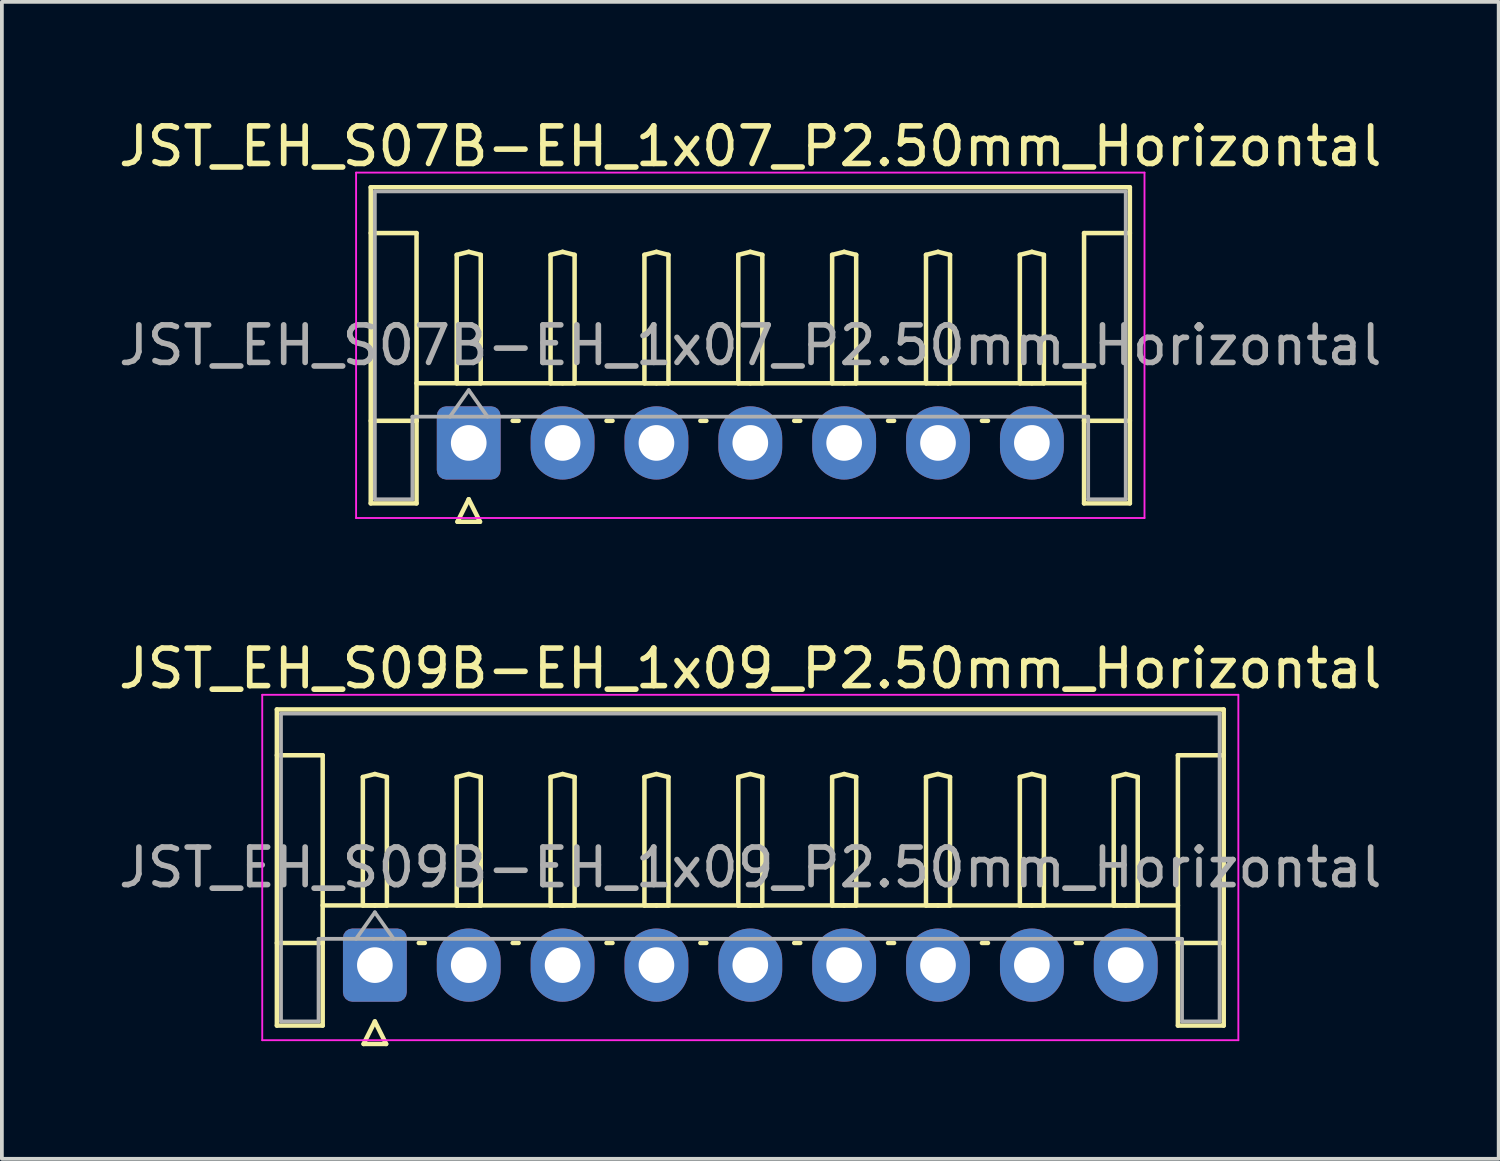
<source format=kicad_pcb>
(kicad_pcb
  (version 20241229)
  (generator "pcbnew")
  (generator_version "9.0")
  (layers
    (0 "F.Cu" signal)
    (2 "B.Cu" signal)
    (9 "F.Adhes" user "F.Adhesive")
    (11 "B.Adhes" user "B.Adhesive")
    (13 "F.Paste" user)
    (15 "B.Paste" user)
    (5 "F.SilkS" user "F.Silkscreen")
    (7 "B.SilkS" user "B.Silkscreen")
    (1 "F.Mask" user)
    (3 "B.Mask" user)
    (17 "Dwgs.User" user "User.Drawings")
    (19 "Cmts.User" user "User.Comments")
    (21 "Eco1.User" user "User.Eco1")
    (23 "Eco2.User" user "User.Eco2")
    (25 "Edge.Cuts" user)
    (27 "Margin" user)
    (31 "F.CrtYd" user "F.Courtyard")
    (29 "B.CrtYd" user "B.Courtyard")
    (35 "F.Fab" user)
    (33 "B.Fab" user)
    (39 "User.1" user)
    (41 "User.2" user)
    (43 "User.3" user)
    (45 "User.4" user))
  (footprint "JST_EH_S09B-EH_1x09_P2.50mm_Horizontal"
    (layer "F.Cu")
    (at 6.935 22.657)
    (property "Reference" "JST_EH_S09B-EH_1x09_P2.50mm_Horizontal" (at 10 -7.9 0) (layer "F.SilkS") (effects (font (size 1 1) (thickness 0.15))))
    (attr through_hole)
    (fp_line (start -2.61 -6.81) (end 22.61 -6.81) (stroke (width 0.12) (type solid)) (layer "F.SilkS"))
    (fp_line (start -2.61 -5.59) (end -1.39 -5.59) (stroke (width 0.12) (type solid)) (layer "F.SilkS"))
    (fp_line (start -2.61 1.61) (end -2.61 -6.81) (stroke (width 0.12) (type solid)) (layer "F.SilkS"))
    (fp_line (start -1.39 -5.59) (end -1.39 -0.59) (stroke (width 0.12) (type solid)) (layer "F.SilkS"))
    (fp_line (start -1.39 -1.59) (end 21.39 -1.59) (stroke (width 0.12) (type solid)) (layer "F.SilkS"))
    (fp_line (start -1.39 -0.59) (end -2.61 -0.59) (stroke (width 0.12) (type solid)) (layer "F.SilkS"))
    (fp_line (start -1.39 -0.59) (end -1.39 1.61) (stroke (width 0.12) (type solid)) (layer "F.SilkS"))
    (fp_line (start -1.39 1.61) (end -2.61 1.61) (stroke (width 0.12) (type solid)) (layer "F.SilkS"))
    (fp_line (start -0.32 -5.01) (end 0 -5.09) (stroke (width 0.12) (type solid)) (layer "F.SilkS"))
    (fp_line (start -0.32 -1.59) (end -0.32 -5.01) (stroke (width 0.12) (type solid)) (layer "F.SilkS"))
    (fp_line (start -0.3 2.1) (end 0.3 2.1) (stroke (width 0.12) (type solid)) (layer "F.SilkS"))
    (fp_line (start 0 -5.09) (end 0.32 -5.01) (stroke (width 0.12) (type solid)) (layer "F.SilkS"))
    (fp_line (start 0 -1.59) (end -0.32 -1.59) (stroke (width 0.12) (type solid)) (layer "F.SilkS"))
    (fp_line (start 0 1.5) (end -0.3 2.1) (stroke (width 0.12) (type solid)) (layer "F.SilkS"))
    (fp_line (start 0.3 2.1) (end 0 1.5) (stroke (width 0.12) (type solid)) (layer "F.SilkS"))
    (fp_line (start 0.32 -5.01) (end 0.32 -1.59) (stroke (width 0.12) (type solid)) (layer "F.SilkS"))
    (fp_line (start 0.32 -1.59) (end 0 -1.59) (stroke (width 0.12) (type solid)) (layer "F.SilkS"))
    (fp_line (start 1.17 -0.59) (end 1.33 -0.59) (stroke (width 0.12) (type solid)) (layer "F.SilkS"))
    (fp_line (start 2.18 -5.01) (end 2.5 -5.09) (stroke (width 0.12) (type solid)) (layer "F.SilkS"))
    (fp_line (start 2.18 -1.59) (end 2.18 -5.01) (stroke (width 0.12) (type solid)) (layer "F.SilkS"))
    (fp_line (start 2.5 -5.09) (end 2.82 -5.01) (stroke (width 0.12) (type solid)) (layer "F.SilkS"))
    (fp_line (start 2.5 -1.59) (end 2.18 -1.59) (stroke (width 0.12) (type solid)) (layer "F.SilkS"))
    (fp_line (start 2.82 -5.01) (end 2.82 -1.59) (stroke (width 0.12) (type solid)) (layer "F.SilkS"))
    (fp_line (start 2.82 -1.59) (end 2.5 -1.59) (stroke (width 0.12) (type solid)) (layer "F.SilkS"))
    (fp_line (start 3.67 -0.59) (end 3.83 -0.59) (stroke (width 0.12) (type solid)) (layer "F.SilkS"))
    (fp_line (start 4.68 -5.01) (end 5 -5.09) (stroke (width 0.12) (type solid)) (layer "F.SilkS"))
    (fp_line (start 4.68 -1.59) (end 4.68 -5.01) (stroke (width 0.12) (type solid)) (layer "F.SilkS"))
    (fp_line (start 5 -5.09) (end 5.32 -5.01) (stroke (width 0.12) (type solid)) (layer "F.SilkS"))
    (fp_line (start 5 -1.59) (end 4.68 -1.59) (stroke (width 0.12) (type solid)) (layer "F.SilkS"))
    (fp_line (start 5.32 -5.01) (end 5.32 -1.59) (stroke (width 0.12) (type solid)) (layer "F.SilkS"))
    (fp_line (start 5.32 -1.59) (end 5 -1.59) (stroke (width 0.12) (type solid)) (layer "F.SilkS"))
    (fp_line (start 6.17 -0.59) (end 6.33 -0.59) (stroke (width 0.12) (type solid)) (layer "F.SilkS"))
    (fp_line (start 7.18 -5.01) (end 7.5 -5.09) (stroke (width 0.12) (type solid)) (layer "F.SilkS"))
    (fp_line (start 7.18 -1.59) (end 7.18 -5.01) (stroke (width 0.12) (type solid)) (layer "F.SilkS"))
    (fp_line (start 7.5 -5.09) (end 7.82 -5.01) (stroke (width 0.12) (type solid)) (layer "F.SilkS"))
    (fp_line (start 7.5 -1.59) (end 7.18 -1.59) (stroke (width 0.12) (type solid)) (layer "F.SilkS"))
    (fp_line (start 7.82 -5.01) (end 7.82 -1.59) (stroke (width 0.12) (type solid)) (layer "F.SilkS"))
    (fp_line (start 7.82 -1.59) (end 7.5 -1.59) (stroke (width 0.12) (type solid)) (layer "F.SilkS"))
    (fp_line (start 8.67 -0.59) (end 8.83 -0.59) (stroke (width 0.12) (type solid)) (layer "F.SilkS"))
    (fp_line (start 9.68 -5.01) (end 10 -5.09) (stroke (width 0.12) (type solid)) (layer "F.SilkS"))
    (fp_line (start 9.68 -1.59) (end 9.68 -5.01) (stroke (width 0.12) (type solid)) (layer "F.SilkS"))
    (fp_line (start 10 -5.09) (end 10.32 -5.01) (stroke (width 0.12) (type solid)) (layer "F.SilkS"))
    (fp_line (start 10 -1.59) (end 9.68 -1.59) (stroke (width 0.12) (type solid)) (layer "F.SilkS"))
    (fp_line (start 10.32 -5.01) (end 10.32 -1.59) (stroke (width 0.12) (type solid)) (layer "F.SilkS"))
    (fp_line (start 10.32 -1.59) (end 10 -1.59) (stroke (width 0.12) (type solid)) (layer "F.SilkS"))
    (fp_line (start 11.17 -0.59) (end 11.33 -0.59) (stroke (width 0.12) (type solid)) (layer "F.SilkS"))
    (fp_line (start 12.18 -5.01) (end 12.5 -5.09) (stroke (width 0.12) (type solid)) (layer "F.SilkS"))
    (fp_line (start 12.18 -1.59) (end 12.18 -5.01) (stroke (width 0.12) (type solid)) (layer "F.SilkS"))
    (fp_line (start 12.5 -5.09) (end 12.82 -5.01) (stroke (width 0.12) (type solid)) (layer "F.SilkS"))
    (fp_line (start 12.5 -1.59) (end 12.18 -1.59) (stroke (width 0.12) (type solid)) (layer "F.SilkS"))
    (fp_line (start 12.82 -5.01) (end 12.82 -1.59) (stroke (width 0.12) (type solid)) (layer "F.SilkS"))
    (fp_line (start 12.82 -1.59) (end 12.5 -1.59) (stroke (width 0.12) (type solid)) (layer "F.SilkS"))
    (fp_line (start 13.67 -0.59) (end 13.83 -0.59) (stroke (width 0.12) (type solid)) (layer "F.SilkS"))
    (fp_line (start 14.68 -5.01) (end 15 -5.09) (stroke (width 0.12) (type solid)) (layer "F.SilkS"))
    (fp_line (start 14.68 -1.59) (end 14.68 -5.01) (stroke (width 0.12) (type solid)) (layer "F.SilkS"))
    (fp_line (start 15 -5.09) (end 15.32 -5.01) (stroke (width 0.12) (type solid)) (layer "F.SilkS"))
    (fp_line (start 15 -1.59) (end 14.68 -1.59) (stroke (width 0.12) (type solid)) (layer "F.SilkS"))
    (fp_line (start 15.32 -5.01) (end 15.32 -1.59) (stroke (width 0.12) (type solid)) (layer "F.SilkS"))
    (fp_line (start 15.32 -1.59) (end 15 -1.59) (stroke (width 0.12) (type solid)) (layer "F.SilkS"))
    (fp_line (start 16.17 -0.59) (end 16.33 -0.59) (stroke (width 0.12) (type solid)) (layer "F.SilkS"))
    (fp_line (start 17.18 -5.01) (end 17.5 -5.09) (stroke (width 0.12) (type solid)) (layer "F.SilkS"))
    (fp_line (start 17.18 -1.59) (end 17.18 -5.01) (stroke (width 0.12) (type solid)) (layer "F.SilkS"))
    (fp_line (start 17.5 -5.09) (end 17.82 -5.01) (stroke (width 0.12) (type solid)) (layer "F.SilkS"))
    (fp_line (start 17.5 -1.59) (end 17.18 -1.59) (stroke (width 0.12) (type solid)) (layer "F.SilkS"))
    (fp_line (start 17.82 -5.01) (end 17.82 -1.59) (stroke (width 0.12) (type solid)) (layer "F.SilkS"))
    (fp_line (start 17.82 -1.59) (end 17.5 -1.59) (stroke (width 0.12) (type solid)) (layer "F.SilkS"))
    (fp_line (start 18.67 -0.59) (end 18.83 -0.59) (stroke (width 0.12) (type solid)) (layer "F.SilkS"))
    (fp_line (start 19.68 -5.01) (end 20 -5.09) (stroke (width 0.12) (type solid)) (layer "F.SilkS"))
    (fp_line (start 19.68 -1.59) (end 19.68 -5.01) (stroke (width 0.12) (type solid)) (layer "F.SilkS"))
    (fp_line (start 20 -5.09) (end 20.32 -5.01) (stroke (width 0.12) (type solid)) (layer "F.SilkS"))
    (fp_line (start 20 -1.59) (end 19.68 -1.59) (stroke (width 0.12) (type solid)) (layer "F.SilkS"))
    (fp_line (start 20.32 -5.01) (end 20.32 -1.59) (stroke (width 0.12) (type solid)) (layer "F.SilkS"))
    (fp_line (start 20.32 -1.59) (end 20 -1.59) (stroke (width 0.12) (type solid)) (layer "F.SilkS"))
    (fp_line (start 21.39 -5.59) (end 21.39 -0.59) (stroke (width 0.12) (type solid)) (layer "F.SilkS"))
    (fp_line (start 21.39 -0.59) (end 22.61 -0.59) (stroke (width 0.12) (type solid)) (layer "F.SilkS"))
    (fp_line (start 21.39 1.61) (end 21.39 -0.59) (stroke (width 0.12) (type solid)) (layer "F.SilkS"))
    (fp_line (start 22.61 -6.81) (end 22.61 1.61) (stroke (width 0.12) (type solid)) (layer "F.SilkS"))
    (fp_line (start 22.61 -5.59) (end 21.39 -5.59) (stroke (width 0.12) (type solid)) (layer "F.SilkS"))
    (fp_line (start 22.61 1.61) (end 21.39 1.61) (stroke (width 0.12) (type solid)) (layer "F.SilkS"))
    (fp_line (start -3 -7.2) (end -3 2) (stroke (width 0.05) (type solid)) (layer "F.CrtYd"))
    (fp_line (start -3 2) (end 23 2) (stroke (width 0.05) (type solid)) (layer "F.CrtYd"))
    (fp_line (start 23 -7.2) (end -3 -7.2) (stroke (width 0.05) (type solid)) (layer "F.CrtYd"))
    (fp_line (start 23 2) (end 23 -7.2) (stroke (width 0.05) (type solid)) (layer "F.CrtYd"))
    (fp_line (start -2.5 -6.7) (end 22.5 -6.7) (stroke (width 0.1) (type solid)) (layer "F.Fab"))
    (fp_line (start -2.5 1.5) (end -2.5 -6.7) (stroke (width 0.1) (type solid)) (layer "F.Fab"))
    (fp_line (start -1.5 -0.7) (end -1.5 1.5) (stroke (width 0.1) (type solid)) (layer "F.Fab"))
    (fp_line (start -1.5 1.5) (end -2.5 1.5) (stroke (width 0.1) (type solid)) (layer "F.Fab"))
    (fp_line (start -0.5 -0.7) (end 0 -1.407) (stroke (width 0.1) (type solid)) (layer "F.Fab"))
    (fp_line (start 0 -1.407) (end 0.5 -0.7) (stroke (width 0.1) (type solid)) (layer "F.Fab"))
    (fp_line (start 21.5 -0.7) (end -1.5 -0.7) (stroke (width 0.1) (type solid)) (layer "F.Fab"))
    (fp_line (start 21.5 1.5) (end 21.5 -0.7) (stroke (width 0.1) (type solid)) (layer "F.Fab"))
    (fp_line (start 22.5 -6.7) (end 22.5 1.5) (stroke (width 0.1) (type solid)) (layer "F.Fab"))
    (fp_line (start 22.5 1.5) (end 21.5 1.5) (stroke (width 0.1) (type solid)) (layer "F.Fab"))
    (fp_text user "${REFERENCE}" (at 10 -2.6 0) (layer "F.Fab") (effects (font (size 1 1) (thickness 0.15))))
    (pad "1" thru_hole roundrect (at 0 0) (size 1.7 1.95) (drill 0.95) (layers "*.Cu" "*.Mask") (roundrect_rratio 0.147))
    (pad "2" thru_hole oval (at 2.5 0) (size 1.7 1.95) (drill 0.95) (layers "*.Cu" "*.Mask"))
    (pad "3" thru_hole oval (at 5 0) (size 1.7 1.95) (drill 0.95) (layers "*.Cu" "*.Mask"))
    (pad "4" thru_hole oval (at 7.5 0) (size 1.7 1.95) (drill 0.95) (layers "*.Cu" "*.Mask"))
    (pad "5" thru_hole oval (at 10 0) (size 1.7 1.95) (drill 0.95) (layers "*.Cu" "*.Mask"))
    (pad "6" thru_hole oval (at 12.5 0) (size 1.7 1.95) (drill 0.95) (layers "*.Cu" "*.Mask"))
    (pad "7" thru_hole oval (at 15 0) (size 1.7 1.95) (drill 0.95) (layers "*.Cu" "*.Mask"))
    (pad "8" thru_hole oval (at 17.5 0) (size 1.7 1.95) (drill 0.95) (layers "*.Cu" "*.Mask"))
    (pad "9" thru_hole oval (at 20 0) (size 1.7 1.95) (drill 0.95) (layers "*.Cu" "*.Mask")))
  (footprint "JST_EH_S07B-EH_1x07_P2.50mm_Horizontal"
    (layer "F.Cu")
    (at 9.435 8.748)
    (property "Reference" "JST_EH_S07B-EH_1x07_P2.50mm_Horizontal" (at 7.5 -7.9 0) (layer "F.SilkS") (effects (font (size 1 1) (thickness 0.15))))
    (attr through_hole)
    (fp_line (start -2.61 -6.81) (end 17.61 -6.81) (stroke (width 0.12) (type solid)) (layer "F.SilkS"))
    (fp_line (start -2.61 -5.59) (end -1.39 -5.59) (stroke (width 0.12) (type solid)) (layer "F.SilkS"))
    (fp_line (start -2.61 1.61) (end -2.61 -6.81) (stroke (width 0.12) (type solid)) (layer "F.SilkS"))
    (fp_line (start -1.39 -5.59) (end -1.39 -0.59) (stroke (width 0.12) (type solid)) (layer "F.SilkS"))
    (fp_line (start -1.39 -1.59) (end 16.39 -1.59) (stroke (width 0.12) (type solid)) (layer "F.SilkS"))
    (fp_line (start -1.39 -0.59) (end -2.61 -0.59) (stroke (width 0.12) (type solid)) (layer "F.SilkS"))
    (fp_line (start -1.39 -0.59) (end -1.39 1.61) (stroke (width 0.12) (type solid)) (layer "F.SilkS"))
    (fp_line (start -1.39 1.61) (end -2.61 1.61) (stroke (width 0.12) (type solid)) (layer "F.SilkS"))
    (fp_line (start -0.32 -5.01) (end 0 -5.09) (stroke (width 0.12) (type solid)) (layer "F.SilkS"))
    (fp_line (start -0.32 -1.59) (end -0.32 -5.01) (stroke (width 0.12) (type solid)) (layer "F.SilkS"))
    (fp_line (start -0.3 2.1) (end 0.3 2.1) (stroke (width 0.12) (type solid)) (layer "F.SilkS"))
    (fp_line (start 0 -5.09) (end 0.32 -5.01) (stroke (width 0.12) (type solid)) (layer "F.SilkS"))
    (fp_line (start 0 -1.59) (end -0.32 -1.59) (stroke (width 0.12) (type solid)) (layer "F.SilkS"))
    (fp_line (start 0 1.5) (end -0.3 2.1) (stroke (width 0.12) (type solid)) (layer "F.SilkS"))
    (fp_line (start 0.3 2.1) (end 0 1.5) (stroke (width 0.12) (type solid)) (layer "F.SilkS"))
    (fp_line (start 0.32 -5.01) (end 0.32 -1.59) (stroke (width 0.12) (type solid)) (layer "F.SilkS"))
    (fp_line (start 0.32 -1.59) (end 0 -1.59) (stroke (width 0.12) (type solid)) (layer "F.SilkS"))
    (fp_line (start 1.17 -0.59) (end 1.33 -0.59) (stroke (width 0.12) (type solid)) (layer "F.SilkS"))
    (fp_line (start 2.18 -5.01) (end 2.5 -5.09) (stroke (width 0.12) (type solid)) (layer "F.SilkS"))
    (fp_line (start 2.18 -1.59) (end 2.18 -5.01) (stroke (width 0.12) (type solid)) (layer "F.SilkS"))
    (fp_line (start 2.5 -5.09) (end 2.82 -5.01) (stroke (width 0.12) (type solid)) (layer "F.SilkS"))
    (fp_line (start 2.5 -1.59) (end 2.18 -1.59) (stroke (width 0.12) (type solid)) (layer "F.SilkS"))
    (fp_line (start 2.82 -5.01) (end 2.82 -1.59) (stroke (width 0.12) (type solid)) (layer "F.SilkS"))
    (fp_line (start 2.82 -1.59) (end 2.5 -1.59) (stroke (width 0.12) (type solid)) (layer "F.SilkS"))
    (fp_line (start 3.67 -0.59) (end 3.83 -0.59) (stroke (width 0.12) (type solid)) (layer "F.SilkS"))
    (fp_line (start 4.68 -5.01) (end 5 -5.09) (stroke (width 0.12) (type solid)) (layer "F.SilkS"))
    (fp_line (start 4.68 -1.59) (end 4.68 -5.01) (stroke (width 0.12) (type solid)) (layer "F.SilkS"))
    (fp_line (start 5 -5.09) (end 5.32 -5.01) (stroke (width 0.12) (type solid)) (layer "F.SilkS"))
    (fp_line (start 5 -1.59) (end 4.68 -1.59) (stroke (width 0.12) (type solid)) (layer "F.SilkS"))
    (fp_line (start 5.32 -5.01) (end 5.32 -1.59) (stroke (width 0.12) (type solid)) (layer "F.SilkS"))
    (fp_line (start 5.32 -1.59) (end 5 -1.59) (stroke (width 0.12) (type solid)) (layer "F.SilkS"))
    (fp_line (start 6.17 -0.59) (end 6.33 -0.59) (stroke (width 0.12) (type solid)) (layer "F.SilkS"))
    (fp_line (start 7.18 -5.01) (end 7.5 -5.09) (stroke (width 0.12) (type solid)) (layer "F.SilkS"))
    (fp_line (start 7.18 -1.59) (end 7.18 -5.01) (stroke (width 0.12) (type solid)) (layer "F.SilkS"))
    (fp_line (start 7.5 -5.09) (end 7.82 -5.01) (stroke (width 0.12) (type solid)) (layer "F.SilkS"))
    (fp_line (start 7.5 -1.59) (end 7.18 -1.59) (stroke (width 0.12) (type solid)) (layer "F.SilkS"))
    (fp_line (start 7.82 -5.01) (end 7.82 -1.59) (stroke (width 0.12) (type solid)) (layer "F.SilkS"))
    (fp_line (start 7.82 -1.59) (end 7.5 -1.59) (stroke (width 0.12) (type solid)) (layer "F.SilkS"))
    (fp_line (start 8.67 -0.59) (end 8.83 -0.59) (stroke (width 0.12) (type solid)) (layer "F.SilkS"))
    (fp_line (start 9.68 -5.01) (end 10 -5.09) (stroke (width 0.12) (type solid)) (layer "F.SilkS"))
    (fp_line (start 9.68 -1.59) (end 9.68 -5.01) (stroke (width 0.12) (type solid)) (layer "F.SilkS"))
    (fp_line (start 10 -5.09) (end 10.32 -5.01) (stroke (width 0.12) (type solid)) (layer "F.SilkS"))
    (fp_line (start 10 -1.59) (end 9.68 -1.59) (stroke (width 0.12) (type solid)) (layer "F.SilkS"))
    (fp_line (start 10.32 -5.01) (end 10.32 -1.59) (stroke (width 0.12) (type solid)) (layer "F.SilkS"))
    (fp_line (start 10.32 -1.59) (end 10 -1.59) (stroke (width 0.12) (type solid)) (layer "F.SilkS"))
    (fp_line (start 11.17 -0.59) (end 11.33 -0.59) (stroke (width 0.12) (type solid)) (layer "F.SilkS"))
    (fp_line (start 12.18 -5.01) (end 12.5 -5.09) (stroke (width 0.12) (type solid)) (layer "F.SilkS"))
    (fp_line (start 12.18 -1.59) (end 12.18 -5.01) (stroke (width 0.12) (type solid)) (layer "F.SilkS"))
    (fp_line (start 12.5 -5.09) (end 12.82 -5.01) (stroke (width 0.12) (type solid)) (layer "F.SilkS"))
    (fp_line (start 12.5 -1.59) (end 12.18 -1.59) (stroke (width 0.12) (type solid)) (layer "F.SilkS"))
    (fp_line (start 12.82 -5.01) (end 12.82 -1.59) (stroke (width 0.12) (type solid)) (layer "F.SilkS"))
    (fp_line (start 12.82 -1.59) (end 12.5 -1.59) (stroke (width 0.12) (type solid)) (layer "F.SilkS"))
    (fp_line (start 13.67 -0.59) (end 13.83 -0.59) (stroke (width 0.12) (type solid)) (layer "F.SilkS"))
    (fp_line (start 14.68 -5.01) (end 15 -5.09) (stroke (width 0.12) (type solid)) (layer "F.SilkS"))
    (fp_line (start 14.68 -1.59) (end 14.68 -5.01) (stroke (width 0.12) (type solid)) (layer "F.SilkS"))
    (fp_line (start 15 -5.09) (end 15.32 -5.01) (stroke (width 0.12) (type solid)) (layer "F.SilkS"))
    (fp_line (start 15 -1.59) (end 14.68 -1.59) (stroke (width 0.12) (type solid)) (layer "F.SilkS"))
    (fp_line (start 15.32 -5.01) (end 15.32 -1.59) (stroke (width 0.12) (type solid)) (layer "F.SilkS"))
    (fp_line (start 15.32 -1.59) (end 15 -1.59) (stroke (width 0.12) (type solid)) (layer "F.SilkS"))
    (fp_line (start 16.39 -5.59) (end 16.39 -0.59) (stroke (width 0.12) (type solid)) (layer "F.SilkS"))
    (fp_line (start 16.39 -0.59) (end 17.61 -0.59) (stroke (width 0.12) (type solid)) (layer "F.SilkS"))
    (fp_line (start 16.39 1.61) (end 16.39 -0.59) (stroke (width 0.12) (type solid)) (layer "F.SilkS"))
    (fp_line (start 17.61 -6.81) (end 17.61 1.61) (stroke (width 0.12) (type solid)) (layer "F.SilkS"))
    (fp_line (start 17.61 -5.59) (end 16.39 -5.59) (stroke (width 0.12) (type solid)) (layer "F.SilkS"))
    (fp_line (start 17.61 1.61) (end 16.39 1.61) (stroke (width 0.12) (type solid)) (layer "F.SilkS"))
    (fp_line (start -3 -7.2) (end -3 2) (stroke (width 0.05) (type solid)) (layer "F.CrtYd"))
    (fp_line (start -3 2) (end 18 2) (stroke (width 0.05) (type solid)) (layer "F.CrtYd"))
    (fp_line (start 18 -7.2) (end -3 -7.2) (stroke (width 0.05) (type solid)) (layer "F.CrtYd"))
    (fp_line (start 18 2) (end 18 -7.2) (stroke (width 0.05) (type solid)) (layer "F.CrtYd"))
    (fp_line (start -2.5 -6.7) (end 17.5 -6.7) (stroke (width 0.1) (type solid)) (layer "F.Fab"))
    (fp_line (start -2.5 1.5) (end -2.5 -6.7) (stroke (width 0.1) (type solid)) (layer "F.Fab"))
    (fp_line (start -1.5 -0.7) (end -1.5 1.5) (stroke (width 0.1) (type solid)) (layer "F.Fab"))
    (fp_line (start -1.5 1.5) (end -2.5 1.5) (stroke (width 0.1) (type solid)) (layer "F.Fab"))
    (fp_line (start -0.5 -0.7) (end 0 -1.407) (stroke (width 0.1) (type solid)) (layer "F.Fab"))
    (fp_line (start 0 -1.407) (end 0.5 -0.7) (stroke (width 0.1) (type solid)) (layer "F.Fab"))
    (fp_line (start 16.5 -0.7) (end -1.5 -0.7) (stroke (width 0.1) (type solid)) (layer "F.Fab"))
    (fp_line (start 16.5 1.5) (end 16.5 -0.7) (stroke (width 0.1) (type solid)) (layer "F.Fab"))
    (fp_line (start 17.5 -6.7) (end 17.5 1.5) (stroke (width 0.1) (type solid)) (layer "F.Fab"))
    (fp_line (start 17.5 1.5) (end 16.5 1.5) (stroke (width 0.1) (type solid)) (layer "F.Fab"))
    (fp_text user "${REFERENCE}" (at 7.5 -2.6 0) (layer "F.Fab") (effects (font (size 1 1) (thickness 0.15))))
    (pad "1" thru_hole roundrect (at 0 0) (size 1.7 1.95) (drill 0.95) (layers "*.Cu" "*.Mask") (roundrect_rratio 0.147))
    (pad "2" thru_hole oval (at 2.5 0) (size 1.7 1.95) (drill 0.95) (layers "*.Cu" "*.Mask"))
    (pad "3" thru_hole oval (at 5 0) (size 1.7 1.95) (drill 0.95) (layers "*.Cu" "*.Mask"))
    (pad "4" thru_hole oval (at 7.5 0) (size 1.7 1.95) (drill 0.95) (layers "*.Cu" "*.Mask"))
    (pad "5" thru_hole oval (at 10 0) (size 1.7 1.95) (drill 0.95) (layers "*.Cu" "*.Mask"))
    (pad "6" thru_hole oval (at 12.5 0) (size 1.7 1.95) (drill 0.95) (layers "*.Cu" "*.Mask"))
    (pad "7" thru_hole oval (at 15 0) (size 1.7 1.95) (drill 0.95) (layers "*.Cu" "*.Mask")))
  (gr_rect
    (start -3 -3)
    (end 36.869 27.817)
    (stroke (width 0.1) (type default))
    (fill no)
    (layer "Edge.Cuts")))
</source>
